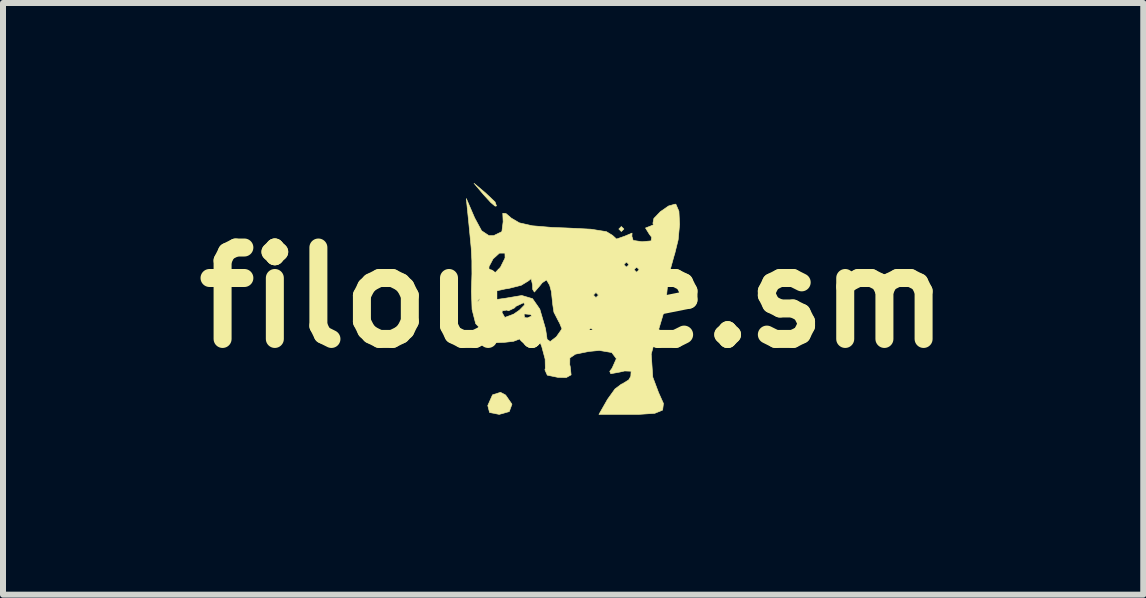
<source format=kicad_pcb>
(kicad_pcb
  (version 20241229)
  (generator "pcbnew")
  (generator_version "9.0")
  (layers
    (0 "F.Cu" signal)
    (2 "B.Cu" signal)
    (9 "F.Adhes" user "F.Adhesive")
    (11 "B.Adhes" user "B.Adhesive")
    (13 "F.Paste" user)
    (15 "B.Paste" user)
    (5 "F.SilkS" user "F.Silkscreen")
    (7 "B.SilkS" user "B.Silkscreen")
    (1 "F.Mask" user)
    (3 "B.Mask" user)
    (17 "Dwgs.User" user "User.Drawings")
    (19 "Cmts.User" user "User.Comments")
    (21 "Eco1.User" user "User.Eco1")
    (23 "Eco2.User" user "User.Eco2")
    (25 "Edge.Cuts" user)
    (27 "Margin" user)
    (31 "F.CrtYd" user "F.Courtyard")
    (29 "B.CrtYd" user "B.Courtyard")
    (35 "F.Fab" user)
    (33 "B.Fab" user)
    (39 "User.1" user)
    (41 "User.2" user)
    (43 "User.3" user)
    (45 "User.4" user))
  (footprint "filou.se.sm"
    (layer "F.Cu")
    (at 6.502 1.91)
    (property "Reference" "filou.se.sm" (at 0 0 0) (layer "F.SilkS") (effects (font (size 1.524 1.524) (thickness 0.3))))
    (attr through_hole)
    (fp_poly (pts (xy 0.847 -1.143) (xy 0.804 -1.101) (xy 0.762 -1.143) (xy 0.804 -1.185) (xy 0.847 -1.143)) (stroke (width 0.01) (type solid)) (fill yes) (layer "F.SilkS"))
    (fp_poly (pts (xy -1.46 -1.744) (xy -1.301 -1.594) (xy -1.277 -1.528) (xy -1.299 -1.524) (xy -1.368 -1.581) (xy -1.49 -1.714) (xy -1.651 -1.905) (xy -1.46 -1.744)) (stroke (width 0.01) (type solid)) (fill yes) (layer "F.SilkS"))
    (fp_poly (pts (xy -1.125 1.624) (xy -1.019 1.777) (xy -1.064 1.9) (xy -1.231 1.947) (xy -1.392 1.915) (xy -1.422 1.801) (xy -1.422 1.799) (xy -1.343 1.621) (xy -1.21 1.579) (xy -1.125 1.624)) (stroke (width 0.01) (type solid)) (fill yes) (layer "F.SilkS"))
    (fp_poly (pts (xy -1.641 -1.329) (xy -1.525 -1.114) (xy -1.403 -1.033) (xy -1.323 -1.033) (xy -1.187 -1.099) (xy -1.166 -1.264) (xy -1.172 -1.405) (xy -1.119 -1.401) (xy -1.029 -1.324) (xy -0.896 -1.246) (xy -0.68 -1.197) (xy -0.348 -1.169) (xy -0.124 -1.161) (xy 0.297 -1.14) (xy 0.555 -1.099) (xy 0.656 -1.038) (xy 0.656 -1.038) (xy 0.724 -0.976) (xy 0.864 -1.025) (xy 0.983 -1.075) (xy 0.98 -1.027) (xy 0.979 -1.024) (xy 1.001 -0.953) (xy 1.148 -0.931) (xy 1.3 -0.945) (xy 1.31 -1.005) (xy 1.27 -1.058) (xy 1.207 -1.16) (xy 1.272 -1.185) (xy 1.274 -1.185) (xy 1.342 -1.215) (xy 1.33 -1.238) (xy 1.346 -1.319) (xy 1.453 -1.431) (xy 1.591 -1.527) (xy 1.702 -1.558) (xy 1.714 -1.554) (xy 1.764 -1.438) (xy 1.775 -1.221) (xy 1.751 -0.962) (xy 1.692 -0.723) (xy 1.685 -0.704) (xy 1.62 -0.47) (xy 1.571 -0.168) (xy 1.561 -0.065) (xy 1.513 0.241) (xy 1.429 0.521) (xy 1.398 0.592) (xy 1.302 0.941) (xy 1.328 1.326) (xy 1.424 1.582) (xy 1.506 1.765) (xy 1.492 1.875) (xy 1.361 1.929) (xy 1.09 1.947) (xy 0.978 1.947) (xy 0.431 1.947) (xy 0.575 1.694) (xy 0.698 1.523) (xy 0.807 1.441) (xy 0.816 1.44) (xy 0.928 1.371) (xy 0.962 1.311) (xy 0.967 1.227) (xy 0.859 1.223) (xy 0.781 1.241) (xy 0.628 1.269) (xy 0.611 1.23) (xy 0.651 1.175) (xy 0.721 1.018) (xy 0.645 0.916) (xy 0.438 0.881) (xy 0.262 0.898) (xy 0.039 0.943) (xy -0.054 1.006) (xy -0.056 1.117) (xy -0.048 1.151) (xy -0.033 1.288) (xy -0.114 1.333) (xy -0.252 1.33) (xy -0.43 1.293) (xy -0.47 1.204) (xy -0.463 1.178) (xy -0.466 1.026) (xy -0.523 0.814) (xy -0.609 0.603) (xy -0.702 0.456) (xy -0.754 0.423) (xy -0.811 0.493) (xy -0.816 0.572) (xy -0.849 0.674) (xy -0.994 0.729) (xy -1.143 0.746) (xy -1.35 0.754) (xy -1.415 0.726) (xy -1.376 0.666) (xy -1.286 0.54) (xy -1.28 0.461) (xy -1.356 0.476) (xy -1.386 0.499) (xy -1.521 0.541) (xy -1.624 0.434) (xy -1.671 0.249) (xy -1.185 0.249) (xy -1.138 0.331) (xy -1.006 0.282) (xy -0.818 0.282) (xy -0.807 0.333) (xy -0.762 0.339) (xy -0.692 0.308) (xy -0.706 0.282) (xy -0.806 0.272) (xy -0.818 0.282) (xy -1.006 0.282) (xy -0.992 0.277) (xy -0.894 0.209) (xy -0.804 0.117) (xy -0.825 0.085) (xy -0.956 0.147) (xy -0.975 0.171) (xy -1.076 0.22) (xy -1.107 0.208) (xy -1.18 0.221) (xy -1.185 0.249) (xy -1.671 0.249) (xy -1.684 0.197) (xy -1.688 0.075) (xy -1.606 0.075) (xy -1.547 0.04) (xy -1.503 0.007) (xy -1.385 -0.051) (xy -1.355 -0.016) (xy -1.284 0.033) (xy -1.122 0.01) (xy -0.855 -0.035) (xy -0.676 0.018) (xy -0.555 0.192) (xy -0.462 0.511) (xy -0.458 0.529) (xy -0.437 0.667) (xy -0.434 0.695) (xy -0.382 0.733) (xy -0.279 0.654) (xy -0.206 0.55) (xy 0.254 0.55) (xy 0.296 0.593) (xy 0.339 0.55) (xy 0.296 0.508) (xy 0.254 0.55) (xy -0.206 0.55) (xy -0.186 0.521) (xy -0.23 0.413) (xy -0.236 0.407) (xy -0.32 0.243) (xy 0.022 0.243) (xy 0.084 0.203) (xy 0.095 0.192) (xy 0.162 0.081) (xy 0.153 0.04) (xy 0.09 0.066) (xy 0.048 0.145) (xy 0.022 0.243) (xy -0.32 0.243) (xy -0.32 0.243) (xy -0.339 0.117) (xy -0.356 -0.042) (xy 0.339 -0.042) (xy 0.381 0) (xy 0.423 -0.042) (xy 0.381 -0.085) (xy 0.339 -0.042) (xy -0.356 -0.042) (xy -0.362 -0.101) (xy -0.391 -0.207) (xy -0.443 -0.295) (xy -0.515 -0.247) (xy -0.558 -0.193) (xy -0.645 -0.092) (xy -0.673 -0.135) (xy -0.676 -0.212) (xy -0.699 -0.315) (xy -0.744 -0.279) (xy -0.865 -0.205) (xy -1.079 -0.151) (xy -1.127 -0.145) (xy -1.364 -0.094) (xy -1.532 -0.012) (xy -1.548 0.003) (xy -1.606 0.075) (xy -1.688 0.075) (xy -1.695 -0.103) (xy -1.686 -0.396) (xy -1.687 -0.514) (xy -1.403 -0.514) (xy -1.398 -0.425) (xy -1.317 -0.396) (xy -1.25 -0.466) (xy 1.016 -0.466) (xy 1.058 -0.423) (xy 1.101 -0.466) (xy 1.058 -0.508) (xy 1.016 -0.466) (xy -1.25 -0.466) (xy -1.21 -0.507) (xy -1.189 -0.55) (xy 0.847 -0.55) (xy 0.889 -0.508) (xy 0.931 -0.55) (xy 0.889 -0.593) (xy 0.847 -0.55) (xy -1.189 -0.55) (xy -1.134 -0.66) (xy -1.136 -0.741) (xy -1.228 -0.741) (xy -1.334 -0.645) (xy -1.403 -0.514) (xy -1.687 -0.514) (xy -1.687 -0.612) (xy -1.698 -0.823) (xy -1.725 -1.105) (xy -1.737 -1.228) (xy -1.78 -1.651) (xy -1.641 -1.329)) (stroke (width 0.01) (type solid)) (fill yes) (layer "F.SilkS")))
  (gr_rect
    (start -3 -3)
    (end 16.005 6.862)
    (stroke (width 0.1) (type default))
    (fill no)
    (layer "Edge.Cuts")))
</source>
